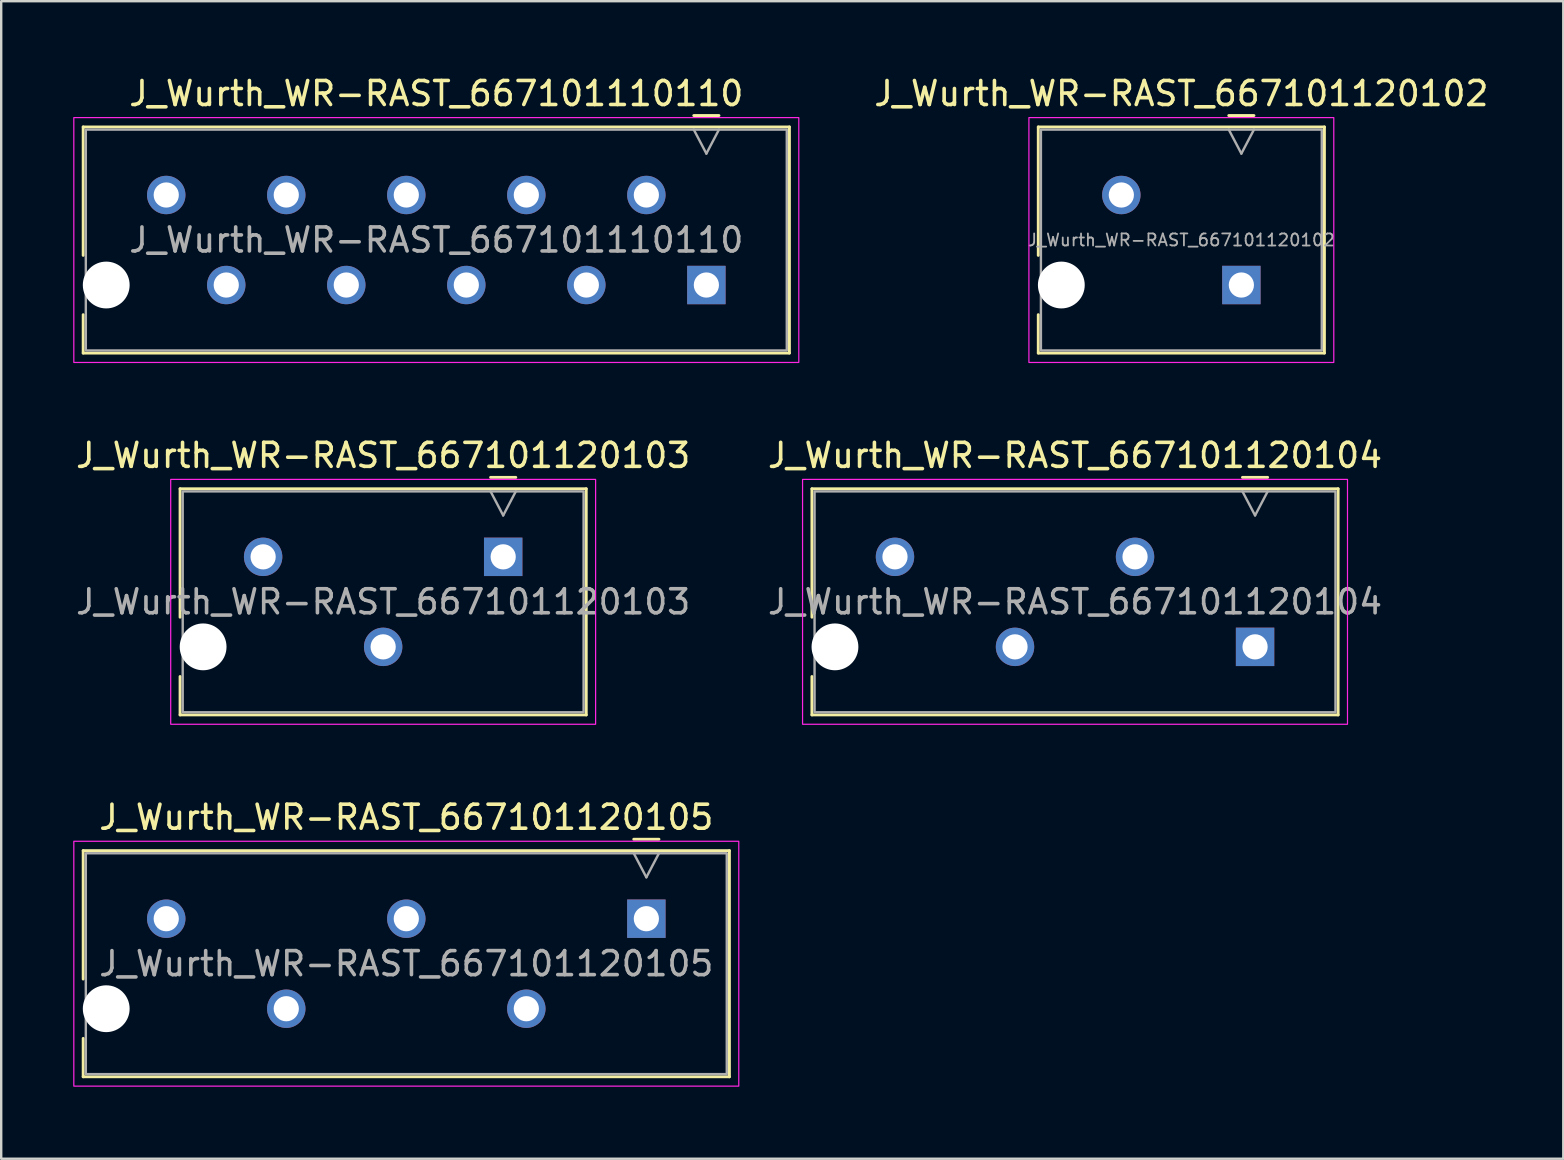
<source format=kicad_pcb>
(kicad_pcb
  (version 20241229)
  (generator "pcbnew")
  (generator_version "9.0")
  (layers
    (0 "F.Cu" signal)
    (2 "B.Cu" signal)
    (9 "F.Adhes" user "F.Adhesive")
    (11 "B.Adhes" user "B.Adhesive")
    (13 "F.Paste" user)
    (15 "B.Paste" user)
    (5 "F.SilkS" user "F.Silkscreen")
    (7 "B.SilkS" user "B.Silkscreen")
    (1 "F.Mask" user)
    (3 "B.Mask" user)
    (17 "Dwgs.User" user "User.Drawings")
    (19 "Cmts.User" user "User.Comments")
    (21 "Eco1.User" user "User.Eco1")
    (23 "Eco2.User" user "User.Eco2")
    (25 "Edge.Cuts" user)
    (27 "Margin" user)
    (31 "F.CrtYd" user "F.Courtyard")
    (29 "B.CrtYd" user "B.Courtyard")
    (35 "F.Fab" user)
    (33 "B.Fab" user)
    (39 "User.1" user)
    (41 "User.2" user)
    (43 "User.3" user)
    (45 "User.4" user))
  (footprint "J_Wurth_WR-RAST_667101120105"
    (layer "F.Cu")
    (at 23.875 35.22)
    (property "Reference" "J_Wurth_WR-RAST_667101120105" (at -10 -4.225 0) (unlocked yes) (layer "F.SilkS") (effects (font (size 1 1) (thickness 0.15))))
    (attr smd)
    (fp_line (start -23.46 -2.835) (end -23.46 2.515) (stroke (width 0.12) (type default)) (layer "F.SilkS"))
    (fp_line (start -23.46 -2.835) (end 3.46 -2.835) (stroke (width 0.12) (type default)) (layer "F.SilkS"))
    (fp_line (start -23.46 6.585) (end -23.46 4.985) (stroke (width 0.12) (type default)) (layer "F.SilkS"))
    (fp_line (start -23.46 6.585) (end 3.46 6.585) (stroke (width 0.12) (type default)) (layer "F.SilkS"))
    (fp_line (start -0.525 -3.31) (end 0.525 -3.31) (stroke (width 0.12) (type default)) (layer "F.SilkS"))
    (fp_line (start 3.46 -2.835) (end 3.46 6.585) (stroke (width 0.12) (type default)) (layer "F.SilkS"))
    (fp_rect (start -23.85 -3.225) (end 3.85 6.975) (stroke (width 0.05) (type default)) (fill no) (layer "F.CrtYd"))
    (fp_line (start -0.525 -2.725) (end 0 -1.725) (stroke (width 0.1) (type default)) (layer "F.Fab"))
    (fp_line (start 0.525 -2.725) (end 0 -1.725) (stroke (width 0.1) (type default)) (layer "F.Fab"))
    (fp_rect (start -23.35 -2.725) (end 3.35 6.475) (stroke (width 0.1) (type default)) (fill no) (layer "F.Fab"))
    (fp_text user "${REFERENCE}" (at -10 1.875 0) (unlocked yes) (layer "F.Fab") (effects (font (size 1 1) (thickness 0.15))))
    (pad "" np_thru_hole circle (at -22.5 3.75) (size 1.95 1.95) (drill 1.95) (layers "*.Cu" "*.Mask"))
    (pad "1" thru_hole rect (at 0 0) (size 1.6 1.6) (drill 1.05) (layers "*.Cu" "*.Mask"))
    (pad "2" thru_hole circle (at -5 3.75) (size 1.6 1.6) (drill 1.05) (layers "*.Cu" "*.Mask"))
    (pad "3" thru_hole circle (at -10 0) (size 1.6 1.6) (drill 1.05) (layers "*.Cu" "*.Mask"))
    (pad "4" thru_hole circle (at -15 3.75) (size 1.6 1.6) (drill 1.05) (layers "*.Cu" "*.Mask"))
    (pad "5" thru_hole circle (at -20 0) (size 1.6 1.6) (drill 1.05) (layers "*.Cu" "*.Mask")))
  (footprint "J_Wurth_WR-RAST_667101110110"
    (layer "F.Cu")
    (at 26.375 8.823)
    (property "Reference" "J_Wurth_WR-RAST_667101110110" (at -11.25 -7.975 0) (unlocked yes) (layer "F.SilkS") (effects (font (size 1 1) (thickness 0.15))))
    (attr smd)
    (fp_line (start -25.96 -6.585) (end -25.96 -1.235) (stroke (width 0.12) (type default)) (layer "F.SilkS"))
    (fp_line (start -25.96 -6.585) (end 3.46 -6.585) (stroke (width 0.12) (type default)) (layer "F.SilkS"))
    (fp_line (start -25.96 2.835) (end -25.96 1.235) (stroke (width 0.12) (type default)) (layer "F.SilkS"))
    (fp_line (start -25.96 2.835) (end 3.46 2.835) (stroke (width 0.12) (type default)) (layer "F.SilkS"))
    (fp_line (start -0.525 -7.06) (end 0.525 -7.06) (stroke (width 0.12) (type default)) (layer "F.SilkS"))
    (fp_line (start 3.46 -6.585) (end 3.46 2.835) (stroke (width 0.12) (type default)) (layer "F.SilkS"))
    (fp_rect (start -26.35 -6.975) (end 3.85 3.225) (stroke (width 0.05) (type default)) (fill no) (layer "F.CrtYd"))
    (fp_line (start -0.525 -6.475) (end 0 -5.475) (stroke (width 0.1) (type default)) (layer "F.Fab"))
    (fp_line (start 0.525 -6.475) (end 0 -5.475) (stroke (width 0.1) (type default)) (layer "F.Fab"))
    (fp_rect (start -25.85 -6.475) (end 3.35 2.725) (stroke (width 0.1) (type default)) (fill no) (layer "F.Fab"))
    (fp_text user "${REFERENCE}" (at -11.25 -1.875 0) (unlocked yes) (layer "F.Fab") (effects (font (size 1 1) (thickness 0.15))))
    (pad "" np_thru_hole circle (at -25 0) (size 1.95 1.95) (drill 1.95) (layers "*.Cu" "*.Mask"))
    (pad "1" thru_hole rect (at 0 0) (size 1.6 1.6) (drill 1.05) (layers "*.Cu" "*.Mask"))
    (pad "2" thru_hole circle (at -2.5 -3.75) (size 1.6 1.6) (drill 1.05) (layers "*.Cu" "*.Mask"))
    (pad "3" thru_hole circle (at -5 0) (size 1.6 1.6) (drill 1.05) (layers "*.Cu" "*.Mask"))
    (pad "4" thru_hole circle (at -7.5 -3.75) (size 1.6 1.6) (drill 1.05) (layers "*.Cu" "*.Mask"))
    (pad "5" thru_hole circle (at -10 0) (size 1.6 1.6) (drill 1.05) (layers "*.Cu" "*.Mask"))
    (pad "6" thru_hole circle (at -12.5 -3.75) (size 1.6 1.6) (drill 1.05) (layers "*.Cu" "*.Mask"))
    (pad "7" thru_hole circle (at -15 0) (size 1.6 1.6) (drill 1.05) (layers "*.Cu" "*.Mask"))
    (pad "8" thru_hole circle (at -17.5 -3.75) (size 1.6 1.6) (drill 1.05) (layers "*.Cu" "*.Mask"))
    (pad "9" thru_hole circle (at -20 0) (size 1.6 1.6) (drill 1.05) (layers "*.Cu" "*.Mask"))
    (pad "10" thru_hole circle (at -22.5 -3.75) (size 1.6 1.6) (drill 1.05) (layers "*.Cu" "*.Mask")))
  (footprint "J_Wurth_WR-RAST_667101120102"
    (layer "F.Cu")
    (at 48.661 8.823)
    (property "Reference" "J_Wurth_WR-RAST_667101120102" (at -2.5 -7.975 0) (unlocked yes) (layer "F.SilkS") (effects (font (size 1 1) (thickness 0.15))))
    (attr smd)
    (fp_line (start -8.46 -6.585) (end -8.46 -1.235) (stroke (width 0.12) (type default)) (layer "F.SilkS"))
    (fp_line (start -8.46 -6.585) (end 3.46 -6.585) (stroke (width 0.12) (type default)) (layer "F.SilkS"))
    (fp_line (start -8.46 2.835) (end -8.46 1.235) (stroke (width 0.12) (type default)) (layer "F.SilkS"))
    (fp_line (start -8.46 2.835) (end 3.46 2.835) (stroke (width 0.12) (type default)) (layer "F.SilkS"))
    (fp_line (start -0.525 -7.06) (end 0.525 -7.06) (stroke (width 0.12) (type default)) (layer "F.SilkS"))
    (fp_line (start 3.46 -6.585) (end 3.46 2.835) (stroke (width 0.12) (type default)) (layer "F.SilkS"))
    (fp_rect (start -8.85 -6.975) (end 3.85 3.225) (stroke (width 0.05) (type default)) (fill no) (layer "F.CrtYd"))
    (fp_line (start -0.525 -6.475) (end 0 -5.475) (stroke (width 0.1) (type default)) (layer "F.Fab"))
    (fp_line (start 0.525 -6.475) (end 0 -5.475) (stroke (width 0.1) (type default)) (layer "F.Fab"))
    (fp_rect (start -8.35 -6.475) (end 3.35 2.725) (stroke (width 0.1) (type default)) (fill no) (layer "F.Fab"))
    (fp_text user "${REFERENCE}" (at -2.5 -1.875 0) (unlocked yes) (layer "F.Fab") (effects (font (size 0.5 0.5) (thickness 0.075))))
    (pad "" np_thru_hole circle (at -7.5 0) (size 1.95 1.95) (drill 1.95) (layers "*.Cu" "*.Mask"))
    (pad "1" thru_hole rect (at 0 0) (size 1.6 1.6) (drill 1.05) (layers "*.Cu" "*.Mask"))
    (pad "2" thru_hole circle (at -5 -3.75) (size 1.6 1.6) (drill 1.05) (layers "*.Cu" "*.Mask")))
  (footprint "J_Wurth_WR-RAST_667101120104"
    (layer "F.Cu")
    (at 49.232 23.896)
    (property "Reference" "J_Wurth_WR-RAST_667101120104" (at -7.5 -7.975 0) (unlocked yes) (layer "F.SilkS") (effects (font (size 1 1) (thickness 0.15))))
    (attr smd)
    (fp_line (start -18.46 -6.585) (end -18.46 -1.235) (stroke (width 0.12) (type default)) (layer "F.SilkS"))
    (fp_line (start -18.46 -6.585) (end 3.46 -6.585) (stroke (width 0.12) (type default)) (layer "F.SilkS"))
    (fp_line (start -18.46 2.835) (end -18.46 1.235) (stroke (width 0.12) (type default)) (layer "F.SilkS"))
    (fp_line (start -18.46 2.835) (end 3.46 2.835) (stroke (width 0.12) (type default)) (layer "F.SilkS"))
    (fp_line (start -0.525 -7.06) (end 0.525 -7.06) (stroke (width 0.12) (type default)) (layer "F.SilkS"))
    (fp_line (start 3.46 -6.585) (end 3.46 2.835) (stroke (width 0.12) (type default)) (layer "F.SilkS"))
    (fp_rect (start -18.85 -6.975) (end 3.85 3.225) (stroke (width 0.05) (type default)) (fill no) (layer "F.CrtYd"))
    (fp_line (start -0.525 -6.475) (end 0 -5.475) (stroke (width 0.1) (type default)) (layer "F.Fab"))
    (fp_line (start 0.525 -6.475) (end 0 -5.475) (stroke (width 0.1) (type default)) (layer "F.Fab"))
    (fp_rect (start -18.35 -6.475) (end 3.35 2.725) (stroke (width 0.1) (type default)) (fill no) (layer "F.Fab"))
    (fp_text user "${REFERENCE}" (at -7.5 -1.875 0) (unlocked yes) (layer "F.Fab") (effects (font (size 1 1) (thickness 0.15))))
    (pad "" np_thru_hole circle (at -17.5 0) (size 1.95 1.95) (drill 1.95) (layers "*.Cu" "*.Mask"))
    (pad "1" thru_hole rect (at 0 0) (size 1.6 1.6) (drill 1.05) (layers "*.Cu" "*.Mask"))
    (pad "2" thru_hole circle (at -5 -3.75) (size 1.6 1.6) (drill 1.05) (layers "*.Cu" "*.Mask"))
    (pad "3" thru_hole circle (at -10 0) (size 1.6 1.6) (drill 1.05) (layers "*.Cu" "*.Mask"))
    (pad "4" thru_hole circle (at -15 -3.75) (size 1.6 1.6) (drill 1.05) (layers "*.Cu" "*.Mask")))
  (footprint "J_Wurth_WR-RAST_667101120103"
    (layer "F.Cu")
    (at 17.911 20.146)
    (property "Reference" "J_Wurth_WR-RAST_667101120103" (at -5 -4.225 0) (unlocked yes) (layer "F.SilkS") (effects (font (size 1 1) (thickness 0.15))))
    (attr smd)
    (fp_line (start -13.46 -2.835) (end -13.46 2.515) (stroke (width 0.12) (type default)) (layer "F.SilkS"))
    (fp_line (start -13.46 -2.835) (end 3.46 -2.835) (stroke (width 0.12) (type default)) (layer "F.SilkS"))
    (fp_line (start -13.46 6.585) (end -13.46 4.985) (stroke (width 0.12) (type default)) (layer "F.SilkS"))
    (fp_line (start -13.46 6.585) (end 3.46 6.585) (stroke (width 0.12) (type default)) (layer "F.SilkS"))
    (fp_line (start -0.525 -3.31) (end 0.525 -3.31) (stroke (width 0.12) (type default)) (layer "F.SilkS"))
    (fp_line (start 3.46 -2.835) (end 3.46 6.585) (stroke (width 0.12) (type default)) (layer "F.SilkS"))
    (fp_rect (start -13.85 -3.225) (end 3.85 6.975) (stroke (width 0.05) (type default)) (fill no) (layer "F.CrtYd"))
    (fp_line (start -0.525 -2.725) (end 0 -1.725) (stroke (width 0.1) (type default)) (layer "F.Fab"))
    (fp_line (start 0.525 -2.725) (end 0 -1.725) (stroke (width 0.1) (type default)) (layer "F.Fab"))
    (fp_rect (start -13.35 -2.725) (end 3.35 6.475) (stroke (width 0.1) (type default)) (fill no) (layer "F.Fab"))
    (fp_text user "${REFERENCE}" (at -5 1.875 0) (unlocked yes) (layer "F.Fab") (effects (font (size 1 1) (thickness 0.15))))
    (pad "" np_thru_hole circle (at -12.5 3.75) (size 1.95 1.95) (drill 1.95) (layers "*.Cu" "*.Mask"))
    (pad "1" thru_hole rect (at 0 0) (size 1.6 1.6) (drill 1.05) (layers "*.Cu" "*.Mask"))
    (pad "2" thru_hole circle (at -5 3.75) (size 1.6 1.6) (drill 1.05) (layers "*.Cu" "*.Mask"))
    (pad "3" thru_hole circle (at -10 0) (size 1.6 1.6) (drill 1.05) (layers "*.Cu" "*.Mask")))
  (gr_rect
    (start -3 -3)
    (end 62.071 45.22)
    (stroke (width 0.1) (type default))
    (fill no)
    (layer "Edge.Cuts")))
</source>
